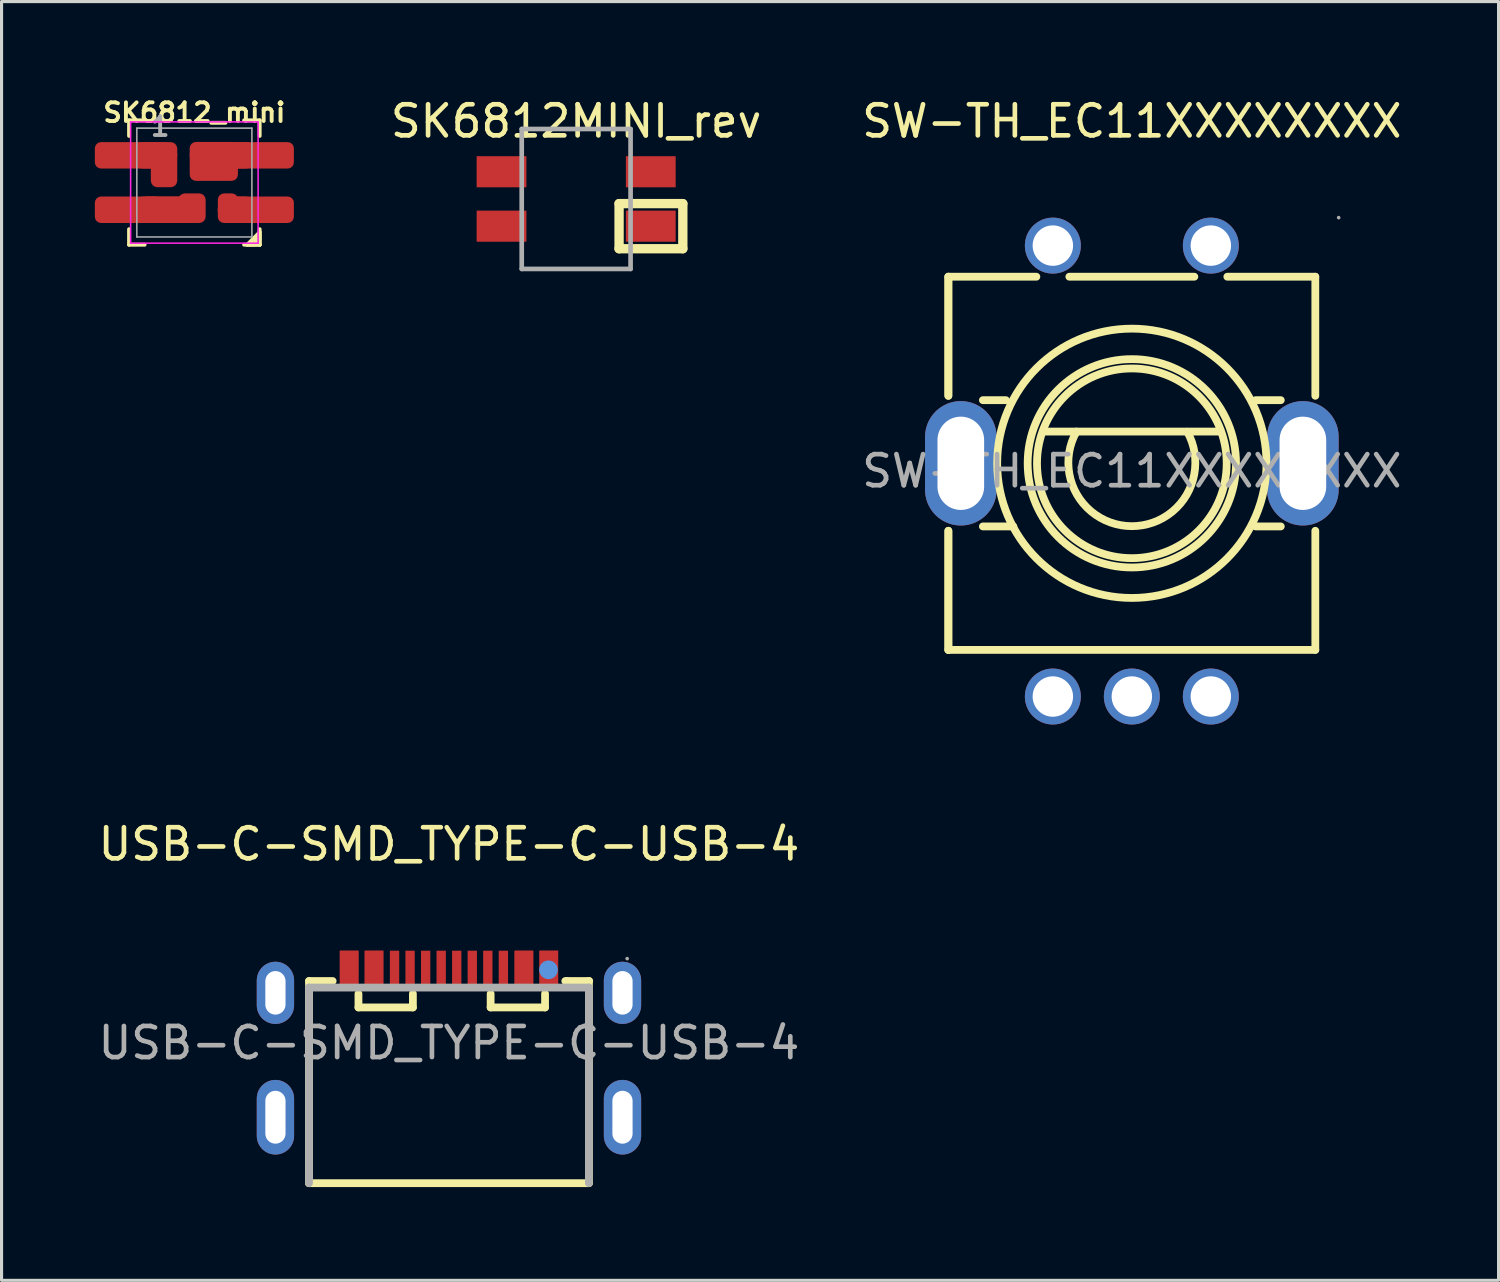
<source format=kicad_pcb>
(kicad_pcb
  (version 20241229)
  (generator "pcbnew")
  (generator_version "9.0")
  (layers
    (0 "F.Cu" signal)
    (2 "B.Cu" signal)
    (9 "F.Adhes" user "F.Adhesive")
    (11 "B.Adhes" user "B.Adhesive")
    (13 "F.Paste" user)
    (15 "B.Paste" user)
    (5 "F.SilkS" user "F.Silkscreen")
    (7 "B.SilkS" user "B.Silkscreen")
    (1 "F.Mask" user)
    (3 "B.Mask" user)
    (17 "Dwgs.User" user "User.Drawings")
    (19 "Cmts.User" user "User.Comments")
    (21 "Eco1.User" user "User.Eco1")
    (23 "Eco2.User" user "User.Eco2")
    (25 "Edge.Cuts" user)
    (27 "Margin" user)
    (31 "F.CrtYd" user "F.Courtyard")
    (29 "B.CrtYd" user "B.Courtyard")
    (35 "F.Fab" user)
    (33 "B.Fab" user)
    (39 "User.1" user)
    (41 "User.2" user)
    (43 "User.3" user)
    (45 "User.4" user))
  (footprint "SW-TH_EC11XXXXXXXX"
    (layer "F.Cu")
    (at 33.346 12.098)
    (property "Reference" "SW-TH_EC11XXXXXXXX" (at 0 -11.25 0) (layer "F.SilkS") (effects (font (size 1 1) (thickness 0.15))))
    (attr through_hole)
    (fp_line (start -5.9 -6.25) (end -5.9 -2.42) (stroke (width 0.25) (type solid)) (layer "F.SilkS"))
    (fp_line (start -5.9 -6.25) (end -5.9 -2.42) (stroke (width 0.25) (type solid)) (layer "F.SilkS"))
    (fp_line (start -5.9 -6.25) (end -3.07 -6.25) (stroke (width 0.25) (type solid)) (layer "F.SilkS"))
    (fp_line (start -5.9 1.92) (end -5.9 5.75) (stroke (width 0.25) (type solid)) (layer "F.SilkS"))
    (fp_line (start -5.9 1.92) (end -5.9 5.75) (stroke (width 0.25) (type solid)) (layer "F.SilkS"))
    (fp_line (start -4.79 1.78) (end -3.81 1.78) (stroke (width 0.25) (type solid)) (layer "F.SilkS"))
    (fp_line (start -4.05 -2.28) (end -4.79 -2.28) (stroke (width 0.25) (type solid)) (layer "F.SilkS"))
    (fp_line (start -2.79 -1.27) (end 2.79 -1.27) (stroke (width 0.25) (type solid)) (layer "F.SilkS"))
    (fp_line (start -2.01 -6.25) (end 2.01 -6.25) (stroke (width 0.25) (type solid)) (layer "F.SilkS"))
    (fp_line (start 3.07 -6.25) (end 5.9 -6.25) (stroke (width 0.25) (type solid)) (layer "F.SilkS"))
    (fp_line (start 4.79 -2.28) (end 3.98 -2.28) (stroke (width 0.25) (type solid)) (layer "F.SilkS"))
    (fp_line (start 4.79 1.78) (end 3.98 1.78) (stroke (width 0.25) (type solid)) (layer "F.SilkS"))
    (fp_line (start 5.9 -2.42) (end 5.9 -6.25) (stroke (width 0.25) (type solid)) (layer "F.SilkS"))
    (fp_line (start 5.9 5.75) (end -5.9 5.75) (stroke (width 0.25) (type solid)) (layer "F.SilkS"))
    (fp_line (start 5.9 5.75) (end 5.9 1.92) (stroke (width 0.25) (type solid)) (layer "F.SilkS"))
    (fp_arc (start 1.782861 -1.26489) (mid -0.002928 1.771664) (end -1.78 -1.27) (stroke (width 0.25) (type solid)) (layer "F.SilkS"))
    (fp_circle (center 0 -0.25) (end 3.05 -0.25) (stroke (width 0.25) (type solid)) (fill no) (layer "F.SilkS"))
    (fp_circle (center 0 -0.25) (end 3.35 -0.25) (stroke (width 0.25) (type solid)) (fill no) (layer "F.SilkS"))
    (fp_circle (center 0 -0.25) (end 4.33 -0.25) (stroke (width 0.25) (type solid)) (fill no) (layer "F.SilkS"))
    (fp_circle (center -2.54 -7.25) (end -2.26 -7.25) (stroke (width 0.55) (type solid)) (fill no) (layer "F.Fab"))
    (fp_circle (center -2.54 7.25) (end -2.26 7.25) (stroke (width 0.55) (type solid)) (fill no) (layer "F.Fab"))
    (fp_circle (center 0 7.25) (end 0.28 7.25) (stroke (width 0.55) (type solid)) (fill no) (layer "F.Fab"))
    (fp_circle (center 2.54 -7.25) (end 2.82 -7.25) (stroke (width 0.55) (type solid)) (fill no) (layer "F.Fab"))
    (fp_circle (center 2.54 7.25) (end 2.82 7.25) (stroke (width 0.55) (type solid)) (fill no) (layer "F.Fab"))
    (fp_circle (center 6.65 -8.15) (end 6.68 -8.15) (stroke (width 0.06) (type solid)) (fill no) (layer "F.Fab"))
    (fp_text user "${REFERENCE}" (at 0 0 0) (layer "F.Fab") (effects (font (size 1 1) (thickness 0.15))))
    (pad "6" thru_hole oval (at 5.5 -0.25 90) (size 4 2.3) (drill oval 3 1.5) (layers "*.Cu" "*.Paste" "*.Mask"))
    (pad "7" thru_hole oval (at -5.5 -0.25 90) (size 4 2.3) (drill oval 3 1.5) (layers "*.Cu" "*.Paste" "*.Mask"))
    (pad "A" thru_hole circle (at -2.54 7.25) (size 1.8 1.8) (drill 1.3) (layers "*.Cu" "*.Paste" "*.Mask"))
    (pad "B" thru_hole circle (at 2.54 7.25) (size 1.8 1.8) (drill 1.3) (layers "*.Cu" "*.Paste" "*.Mask"))
    (pad "C" thru_hole circle (at 0 7.25) (size 1.8 1.8) (drill 1.3) (layers "*.Cu" "*.Paste" "*.Mask"))
    (pad "D" thru_hole circle (at -2.54 -7.25) (size 1.8 1.8) (drill 1.3) (layers "*.Cu" "*.Paste" "*.Mask"))
    (pad "E" thru_hole circle (at 2.54 -7.25) (size 1.8 1.8) (drill 1.3) (layers "*.Cu" "*.Paste" "*.Mask")))
  (footprint "SK6812_mini"
    (layer "F.Cu")
    (at 3.2 2.82)
    (property "Reference" "SK6812_mini" (at 0 -2.25 0) (layer "F.SilkS") (effects (font (size 0.6 0.6) (thickness 0.125))))
    (attr smd)
    (fp_line (start -2.1 -2) (end -2.1 -1.5) (stroke (width 0.125) (type solid)) (layer "F.SilkS"))
    (fp_line (start -2.1 -2) (end -1.6 -2) (stroke (width 0.125) (type solid)) (layer "F.SilkS"))
    (fp_line (start -2.1 2) (end -2.1 1.5) (stroke (width 0.125) (type solid)) (layer "F.SilkS"))
    (fp_line (start -2.1 2) (end -1.6 2) (stroke (width 0.125) (type solid)) (layer "F.SilkS"))
    (fp_line (start 1.7 2) (end 2.1 1.6) (stroke (width 0.125) (type solid)) (layer "F.SilkS"))
    (fp_line (start 2.1 -2) (end 1.6 -2) (stroke (width 0.125) (type solid)) (layer "F.SilkS"))
    (fp_line (start 2.1 -2) (end 2.1 -1.5) (stroke (width 0.125) (type solid)) (layer "F.SilkS"))
    (fp_line (start 2.1 1.6) (end 2.1 2) (stroke (width 0.125) (type solid)) (layer "F.SilkS"))
    (fp_line (start 2.1 1.7) (end 1.8 2) (stroke (width 0.125) (type solid)) (layer "F.SilkS"))
    (fp_line (start 2.1 1.8) (end 1.9 2) (stroke (width 0.125) (type solid)) (layer "F.SilkS"))
    (fp_line (start 2.1 2) (end 1.6 2) (stroke (width 0.125) (type solid)) (layer "F.SilkS"))
    (fp_line (start 2.1 2) (end 1.7 2) (stroke (width 0.125) (type solid)) (layer "F.SilkS"))
    (fp_line (start 2.1 2) (end 2.1 1.5) (stroke (width 0.125) (type solid)) (layer "F.SilkS"))
    (fp_line (start -2.05 -1.95) (end 2.05 -1.95) (stroke (width 0.05) (type solid)) (layer "F.CrtYd"))
    (fp_line (start -2.05 1.95) (end -2.05 -1.95) (stroke (width 0.05) (type solid)) (layer "F.CrtYd"))
    (fp_line (start 2.05 -1.95) (end 2.05 1.95) (stroke (width 0.05) (type solid)) (layer "F.CrtYd"))
    (fp_line (start 2.05 1.95) (end -2.05 1.95) (stroke (width 0.05) (type solid)) (layer "F.CrtYd"))
    (fp_line (start -1.85 -1.75) (end 1.85 -1.75) (stroke (width 0.05) (type solid)) (layer "F.Fab"))
    (fp_line (start -1.85 1.75) (end -1.85 -1.75) (stroke (width 0.05) (type solid)) (layer "F.Fab"))
    (fp_line (start 1.85 -1.75) (end 1.85 1.75) (stroke (width 0.05) (type solid)) (layer "F.Fab"))
    (fp_line (start 1.85 1.75) (end -1.85 1.75) (stroke (width 0.05) (type solid)) (layer "F.Fab"))
    (fp_text user "1" (at -1.1 -1.8 0) (layer "F.Fab") (effects (font (size 0.6 0.6) (thickness 0.125))))
    (pad "1" smd roundrect (at -2.125 -0.875) (size 2.15 0.85) (layers "F.Cu" "F.Mask") (roundrect_rratio 0.235))
    (pad "1" smd oval (at -1.3 -0.875) (size 1.5 0.85) (layers "F.Cu" "F.Paste"))
    (pad "1" smd roundrect (at -0.975 -0.575) (size 0.85 1.45) (layers "F.Cu" "F.Mask") (roundrect_rratio 0.25))
    (pad "2" smd roundrect (at -2.125 0.875) (size 2.15 0.85) (layers "F.Cu" "F.Mask") (roundrect_rratio 0.235))
    (pad "2" smd oval (at -0.95 0.875) (size 2.2 0.85) (layers "F.Cu" "F.Paste"))
    (pad "2" smd rect (at -0.75 0.875) (size 1.6 0.85) (layers "F.Cu" "F.Mask"))
    (pad "2" smd roundrect (at -0.075 0.825) (size 0.875 0.95) (layers "F.Cu" "F.Mask") (roundrect_rratio 0.235))
    (pad "3" smd roundrect (at 1.08 0.825) (size 0.65 0.95) (layers "F.Cu" "F.Mask") (roundrect_rratio 0.307))
    (pad "3" smd oval (at 1.4 0.875) (size 1.3 0.85) (layers "F.Cu" "F.Paste"))
    (pad "3" smd roundrect (at 2.125 0.875) (size 2.15 0.85) (layers "F.Cu" "F.Mask") (roundrect_rratio 0.235))
    (pad "4" smd roundrect (at 0.625 -0.68) (size 1.55 1.25) (layers "F.Cu" "F.Mask") (roundrect_rratio 0.16))
    (pad "4" smd oval (at 0.95 -0.875) (size 2.2 0.85) (layers "F.Cu" "F.Paste"))
    (pad "4" smd roundrect (at 2.125 -0.875) (size 2.15 0.85) (layers "F.Cu" "F.Mask") (roundrect_rratio 0.235)))
  (footprint "USB-C-SMD_TYPE-C-USB-4"
    (layer "F.Cu")
    (at 11.387 30.486)
    (property "Reference" "USB-C-SMD_TYPE-C-USB-4" (at 0 -6.39 0) (layer "F.SilkS") (effects (font (size 1 1) (thickness 0.15))))
    (attr through_hole)
    (fp_line (start -4.5 -1.99) (end -4.5 4.51) (stroke (width 0.25) (type solid)) (layer "F.SilkS"))
    (fp_line (start -4.5 4.51) (end 4.45 4.51) (stroke (width 0.25) (type solid)) (layer "F.SilkS"))
    (fp_line (start -3.74 -1.99) (end -4.5 -1.99) (stroke (width 0.25) (type solid)) (layer "F.SilkS"))
    (fp_line (start -2.91 -1.14) (end -2.91 -1.58) (stroke (width 0.25) (type solid)) (layer "F.SilkS"))
    (fp_line (start -2.91 -1.14) (end -1.16 -1.14) (stroke (width 0.25) (type solid)) (layer "F.SilkS"))
    (fp_line (start -1.16 -1.14) (end -1.16 -1.58) (stroke (width 0.25) (type solid)) (layer "F.SilkS"))
    (fp_line (start 1.34 -1.14) (end 1.34 -1.58) (stroke (width 0.25) (type solid)) (layer "F.SilkS"))
    (fp_line (start 3.09 -1.14) (end 1.34 -1.14) (stroke (width 0.25) (type solid)) (layer "F.SilkS"))
    (fp_line (start 3.09 -1.14) (end 3.09 -1.58) (stroke (width 0.25) (type solid)) (layer "F.SilkS"))
    (fp_line (start 3.8 -1.99) (end 3.74 -1.99) (stroke (width 0.25) (type solid)) (layer "F.SilkS"))
    (fp_line (start 4.45 4.51) (end 4.5 4.51) (stroke (width 0.25) (type solid)) (layer "F.SilkS"))
    (fp_line (start 4.5 4.51) (end 4.5 -1.99) (stroke (width 0.25) (type solid)) (layer "F.SilkS"))
    (fp_line (start 4.51 -1.99) (end 3.8 -1.99) (stroke (width 0.25) (type solid)) (layer "F.SilkS"))
    (fp_circle (center 3.2 -2.35) (end 3.35 -2.35) (stroke (width 0.3) (type solid)) (fill no) (layer "Cmts.User"))
    (fp_line (start -4.5 -1.78) (end -4.5 4.51) (stroke (width 0.25) (type solid)) (layer "F.Fab"))
    (fp_line (start 4.5 -1.78) (end -4.5 -1.78) (stroke (width 0.25) (type solid)) (layer "F.Fab"))
    (fp_line (start 4.5 4.51) (end 4.5 -1.78) (stroke (width 0.25) (type solid)) (layer "F.Fab"))
    (fp_circle (center 5.73 -2.71) (end 5.76 -2.71) (stroke (width 0.06) (type solid)) (fill no) (layer "F.Fab"))
    (fp_text user "${REFERENCE}" (at 0 0 0) (layer "F.Fab") (effects (font (size 1 1) (thickness 0.15))))
    (pad "A1" smd rect (at -3.21 -2.39 180) (size 0.6 1.15) (layers "F.Cu" "F.Mask" "F.Paste"))
    (pad "A4" smd rect (at -2.41 -2.39 180) (size 0.6 1.15) (layers "F.Cu" "F.Mask" "F.Paste"))
    (pad "A5" smd rect (at -1.25 -2.39) (size 0.3 1.15) (layers "F.Cu" "F.Mask" "F.Paste"))
    (pad "A6" smd rect (at -0.25 -2.39) (size 0.3 1.15) (layers "F.Cu" "F.Mask" "F.Paste"))
    (pad "A7" smd rect (at 0.25 -2.39) (size 0.3 1.15) (layers "F.Cu" "F.Mask" "F.Paste"))
    (pad "A8" smd rect (at 1.25 -2.39) (size 0.3 1.15) (layers "F.Cu" "F.Mask" "F.Paste"))
    (pad "A9" smd rect (at 2.41 -2.39) (size 0.6 1.15) (layers "F.Cu" "F.Mask" "F.Paste"))
    (pad "A12" smd rect (at 3.21 -2.39) (size 0.6 1.15) (layers "F.Cu" "F.Mask" "F.Paste"))
    (pad "B1" smd rect (at 3.21 -2.39) (size 0.6 1.15) (layers "F.Cu" "F.Mask" "F.Paste"))
    (pad "B4" smd rect (at 2.41 -2.39) (size 0.6 1.15) (layers "F.Cu" "F.Mask" "F.Paste"))
    (pad "B5" smd rect (at 1.75 -2.39) (size 0.3 1.15) (layers "F.Cu" "F.Mask" "F.Paste"))
    (pad "B6" smd rect (at 0.75 -2.39) (size 0.3 1.15) (layers "F.Cu" "F.Mask" "F.Paste"))
    (pad "B7" smd rect (at -0.75 -2.39) (size 0.3 1.15) (layers "F.Cu" "F.Mask" "F.Paste"))
    (pad "B8" smd rect (at -1.75 -2.39) (size 0.3 1.15) (layers "F.Cu" "F.Mask" "F.Paste"))
    (pad "B9" smd rect (at -2.41 -2.39 180) (size 0.6 1.15) (layers "F.Cu" "F.Mask" "F.Paste"))
    (pad "B12" smd rect (at -3.21 -2.39 180) (size 0.6 1.15) (layers "F.Cu" "F.Mask" "F.Paste"))
    (pad "S1" thru_hole oval (at -5.58 -1.61) (size 1.2 2) (drill oval 0.65 1.4) (layers "*.Cu" "*.Paste" "*.Mask"))
    (pad "S1" thru_hole oval (at -5.58 2.39) (size 1.2 2.4) (drill oval 0.65 1.7) (layers "*.Cu" "*.Paste" "*.Mask"))
    (pad "S1" thru_hole oval (at 5.58 -1.61) (size 1.2 2) (drill oval 0.65 1.4) (layers "*.Cu" "*.Paste" "*.Mask"))
    (pad "S1" thru_hole oval (at 5.58 2.39) (size 1.2 2.4) (drill oval 0.65 1.7) (layers "*.Cu" "*.Paste" "*.Mask")))
  (footprint "SK6812MINI_rev"
    (layer "F.Cu")
    (at 15.477 3.348)
    (property "Reference" "SK6812MINI_rev" (at 0 -2.5 0) (layer "F.SilkS") (effects (font (size 1 1) (thickness 0.15))))
    (attr through_hole)
    (fp_line (start 1.38 0.15) (end 3.43 0.15) (stroke (width 0.3) (type solid)) (layer "F.SilkS"))
    (fp_line (start 1.38 1.6) (end 1.38 0.15) (stroke (width 0.3) (type solid)) (layer "F.SilkS"))
    (fp_line (start 3.43 0.15) (end 3.43 1.6) (stroke (width 0.3) (type solid)) (layer "F.SilkS"))
    (fp_line (start 3.43 1.6) (end 1.38 1.6) (stroke (width 0.3) (type solid)) (layer "F.SilkS"))
    (fp_line (start -1.75 -2.25) (end -1.75 2.25) (stroke (width 0.15) (type solid)) (layer "F.Fab"))
    (fp_line (start -1.75 -2.25) (end 1.75 -2.25) (stroke (width 0.15) (type solid)) (layer "F.Fab"))
    (fp_line (start 1.75 -2.25) (end 1.75 2.25) (stroke (width 0.15) (type solid)) (layer "F.Fab"))
    (fp_line (start 1.75 2.25) (end -1.75 2.25) (stroke (width 0.15) (type solid)) (layer "F.Fab"))
    (pad "1" smd rect (at -2.4 0.875) (size 1.6 1) (layers "F.Cu" "F.Mask" "F.Paste"))
    (pad "2" smd rect (at -2.4 -0.875) (size 1.6 1) (layers "F.Cu" "F.Mask" "F.Paste"))
    (pad "3" smd rect (at 2.4 -0.875) (size 1.6 1) (layers "F.Cu" "F.Mask" "F.Paste"))
    (pad "4" smd rect (at 2.4 0.875) (size 1.6 1) (layers "F.Cu" "F.Mask" "F.Paste")))
  (gr_rect
    (start -3 -3)
    (end 45.138 38.121)
    (stroke (width 0.1) (type default))
    (fill no)
    (layer "Edge.Cuts")))
</source>
